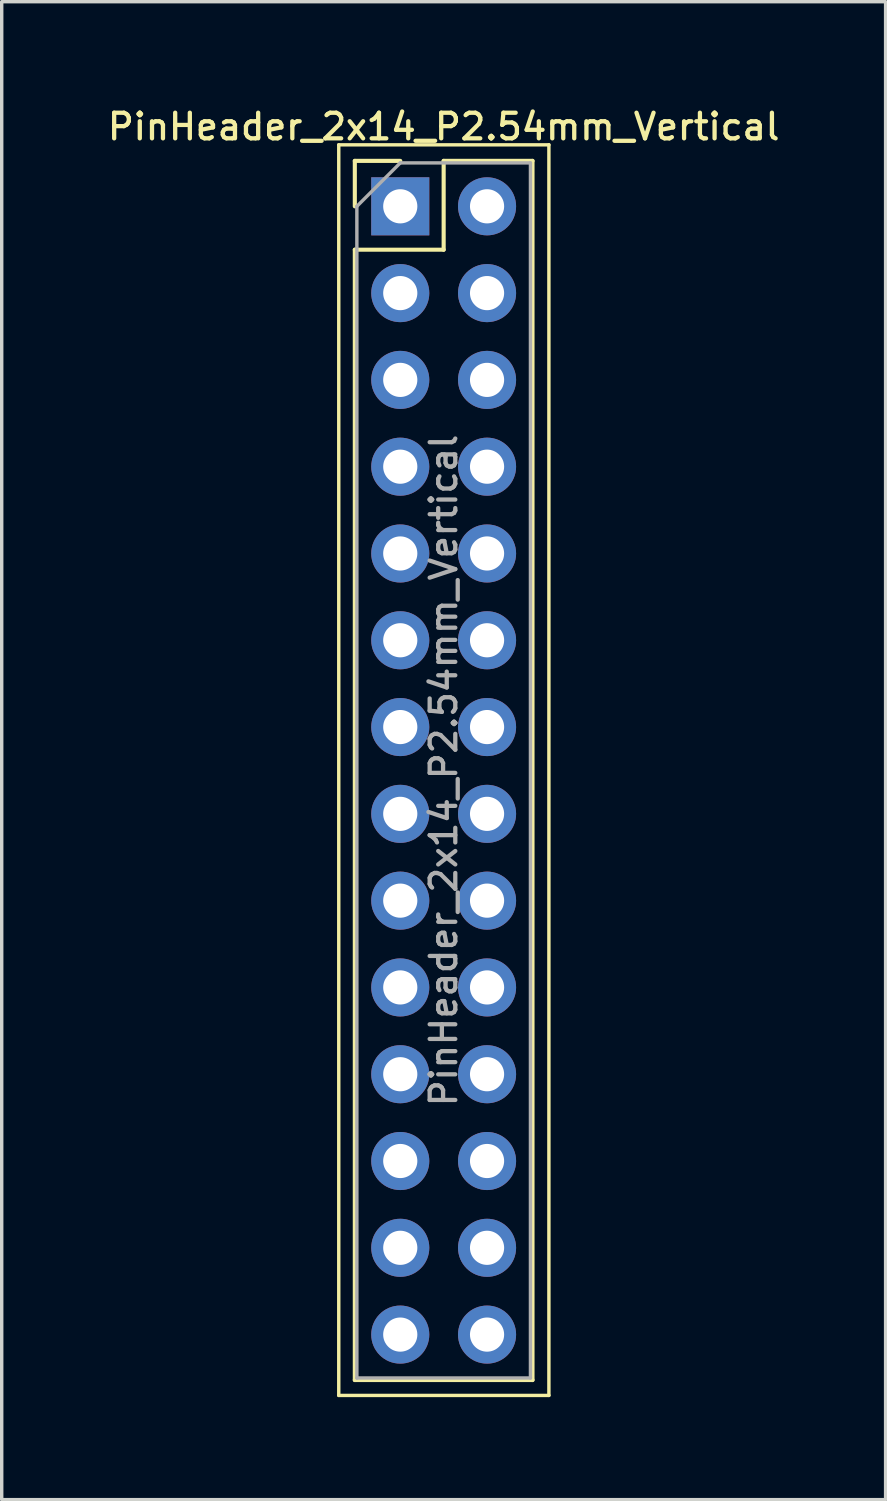
<source format=kicad_pcb>
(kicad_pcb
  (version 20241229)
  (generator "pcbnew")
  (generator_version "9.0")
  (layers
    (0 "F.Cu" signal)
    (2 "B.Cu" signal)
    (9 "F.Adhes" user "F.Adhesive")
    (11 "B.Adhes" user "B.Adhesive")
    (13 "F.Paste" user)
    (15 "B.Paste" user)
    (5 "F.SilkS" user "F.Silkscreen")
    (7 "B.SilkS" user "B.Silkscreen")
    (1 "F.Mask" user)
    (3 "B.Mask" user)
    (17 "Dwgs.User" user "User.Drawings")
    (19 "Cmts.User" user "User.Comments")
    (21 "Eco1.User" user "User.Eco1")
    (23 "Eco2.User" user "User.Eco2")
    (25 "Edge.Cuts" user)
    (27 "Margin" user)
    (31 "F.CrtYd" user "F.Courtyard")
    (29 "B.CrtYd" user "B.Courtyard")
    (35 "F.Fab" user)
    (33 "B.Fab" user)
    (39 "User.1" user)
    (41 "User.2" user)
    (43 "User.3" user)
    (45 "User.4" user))
  (footprint "PinHeader_2x14_P2.54mm_Vertical"
    (layer "F.Cu")
    (at 8.664 2.988)
    (property "Reference" "PinHeader_2x14_P2.54mm_Vertical" (at 1.27 -2.33 0) (layer "F.SilkS") (effects (font (size 0.75 0.75) (thickness 0.125))))
    (attr through_hole)
    (fp_line (start -1.8 -1.8) (end -1.8 34.8) (stroke (width 0.1) (type solid)) (layer "F.SilkS"))
    (fp_line (start -1.8 34.8) (end 4.35 34.8) (stroke (width 0.1) (type solid)) (layer "F.SilkS"))
    (fp_line (start -1.33 -1.33) (end 0 -1.33) (stroke (width 0.12) (type solid)) (layer "F.SilkS"))
    (fp_line (start -1.33 0) (end -1.33 -1.33) (stroke (width 0.12) (type solid)) (layer "F.SilkS"))
    (fp_line (start -1.33 1.27) (end -1.33 34.35) (stroke (width 0.12) (type solid)) (layer "F.SilkS"))
    (fp_line (start -1.33 1.27) (end 1.27 1.27) (stroke (width 0.12) (type solid)) (layer "F.SilkS"))
    (fp_line (start -1.33 34.35) (end 3.87 34.35) (stroke (width 0.12) (type solid)) (layer "F.SilkS"))
    (fp_line (start 1.27 -1.33) (end 3.87 -1.33) (stroke (width 0.12) (type solid)) (layer "F.SilkS"))
    (fp_line (start 1.27 1.27) (end 1.27 -1.33) (stroke (width 0.12) (type solid)) (layer "F.SilkS"))
    (fp_line (start 3.87 -1.33) (end 3.87 34.35) (stroke (width 0.12) (type solid)) (layer "F.SilkS"))
    (fp_line (start 4.35 -1.8) (end -1.8 -1.8) (stroke (width 0.1) (type solid)) (layer "F.SilkS"))
    (fp_line (start 4.35 34.8) (end 4.35 -1.8) (stroke (width 0.1) (type solid)) (layer "F.SilkS"))
    (fp_line (start -1.27 0) (end 0 -1.27) (stroke (width 0.1) (type solid)) (layer "F.Fab"))
    (fp_line (start -1.27 34.29) (end -1.27 0) (stroke (width 0.1) (type solid)) (layer "F.Fab"))
    (fp_line (start 0 -1.27) (end 3.81 -1.27) (stroke (width 0.1) (type solid)) (layer "F.Fab"))
    (fp_line (start 3.81 -1.27) (end 3.81 34.29) (stroke (width 0.1) (type solid)) (layer "F.Fab"))
    (fp_line (start 3.81 34.29) (end -1.27 34.29) (stroke (width 0.1) (type solid)) (layer "F.Fab"))
    (fp_text user "${REFERENCE}" (at 1.27 16.51 90) (layer "F.Fab") (effects (font (size 0.75 0.75) (thickness 0.125))))
    (pad "1" thru_hole rect (at 0 0) (size 1.7 1.7) (drill 1) (layers "*.Cu" "*.Mask"))
    (pad "2" thru_hole oval (at 2.54 0) (size 1.7 1.7) (drill 1) (layers "*.Cu" "*.Mask"))
    (pad "3" thru_hole oval (at 0 2.54) (size 1.7 1.7) (drill 1) (layers "*.Cu" "*.Mask"))
    (pad "4" thru_hole oval (at 2.54 2.54) (size 1.7 1.7) (drill 1) (layers "*.Cu" "*.Mask"))
    (pad "5" thru_hole oval (at 0 5.08) (size 1.7 1.7) (drill 1) (layers "*.Cu" "*.Mask"))
    (pad "6" thru_hole oval (at 2.54 5.08) (size 1.7 1.7) (drill 1) (layers "*.Cu" "*.Mask"))
    (pad "7" thru_hole oval (at 0 7.62) (size 1.7 1.7) (drill 1) (layers "*.Cu" "*.Mask"))
    (pad "8" thru_hole oval (at 2.54 7.62) (size 1.7 1.7) (drill 1) (layers "*.Cu" "*.Mask"))
    (pad "9" thru_hole oval (at 0 10.16) (size 1.7 1.7) (drill 1) (layers "*.Cu" "*.Mask"))
    (pad "10" thru_hole oval (at 2.54 10.16) (size 1.7 1.7) (drill 1) (layers "*.Cu" "*.Mask"))
    (pad "11" thru_hole oval (at 0 12.7) (size 1.7 1.7) (drill 1) (layers "*.Cu" "*.Mask"))
    (pad "12" thru_hole oval (at 2.54 12.7) (size 1.7 1.7) (drill 1) (layers "*.Cu" "*.Mask"))
    (pad "13" thru_hole oval (at 0 15.24) (size 1.7 1.7) (drill 1) (layers "*.Cu" "*.Mask"))
    (pad "14" thru_hole oval (at 2.54 15.24) (size 1.7 1.7) (drill 1) (layers "*.Cu" "*.Mask"))
    (pad "15" thru_hole oval (at 0 17.78) (size 1.7 1.7) (drill 1) (layers "*.Cu" "*.Mask"))
    (pad "16" thru_hole oval (at 2.54 17.78) (size 1.7 1.7) (drill 1) (layers "*.Cu" "*.Mask"))
    (pad "17" thru_hole oval (at 0 20.32) (size 1.7 1.7) (drill 1) (layers "*.Cu" "*.Mask"))
    (pad "18" thru_hole oval (at 2.54 20.32) (size 1.7 1.7) (drill 1) (layers "*.Cu" "*.Mask"))
    (pad "19" thru_hole oval (at 0 22.86) (size 1.7 1.7) (drill 1) (layers "*.Cu" "*.Mask"))
    (pad "20" thru_hole oval (at 2.54 22.86) (size 1.7 1.7) (drill 1) (layers "*.Cu" "*.Mask"))
    (pad "21" thru_hole oval (at 0 25.4) (size 1.7 1.7) (drill 1) (layers "*.Cu" "*.Mask"))
    (pad "22" thru_hole oval (at 2.54 25.4) (size 1.7 1.7) (drill 1) (layers "*.Cu" "*.Mask"))
    (pad "23" thru_hole oval (at 0 27.94) (size 1.7 1.7) (drill 1) (layers "*.Cu" "*.Mask"))
    (pad "24" thru_hole oval (at 2.54 27.94) (size 1.7 1.7) (drill 1) (layers "*.Cu" "*.Mask"))
    (pad "25" thru_hole oval (at 0 30.48) (size 1.7 1.7) (drill 1) (layers "*.Cu" "*.Mask"))
    (pad "26" thru_hole oval (at 2.54 30.48) (size 1.7 1.7) (drill 1) (layers "*.Cu" "*.Mask"))
    (pad "27" thru_hole oval (at 0 33.02) (size 1.7 1.7) (drill 1) (layers "*.Cu" "*.Mask"))
    (pad "28" thru_hole oval (at 2.54 33.02) (size 1.7 1.7) (drill 1) (layers "*.Cu" "*.Mask")))
  (gr_rect
    (start -3 -3)
    (end 22.868 40.838)
    (stroke (width 0.1) (type default))
    (fill no)
    (layer "Edge.Cuts")))
</source>
